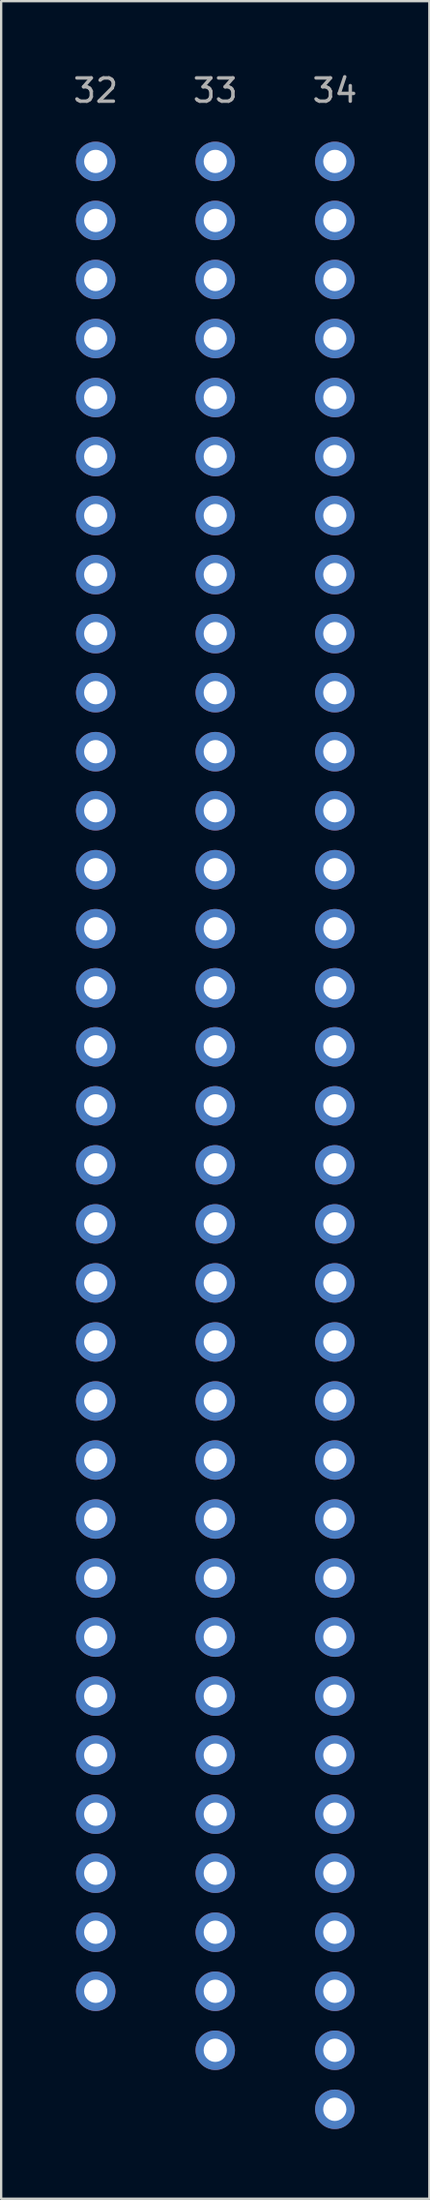
<source format=kicad_pcb>
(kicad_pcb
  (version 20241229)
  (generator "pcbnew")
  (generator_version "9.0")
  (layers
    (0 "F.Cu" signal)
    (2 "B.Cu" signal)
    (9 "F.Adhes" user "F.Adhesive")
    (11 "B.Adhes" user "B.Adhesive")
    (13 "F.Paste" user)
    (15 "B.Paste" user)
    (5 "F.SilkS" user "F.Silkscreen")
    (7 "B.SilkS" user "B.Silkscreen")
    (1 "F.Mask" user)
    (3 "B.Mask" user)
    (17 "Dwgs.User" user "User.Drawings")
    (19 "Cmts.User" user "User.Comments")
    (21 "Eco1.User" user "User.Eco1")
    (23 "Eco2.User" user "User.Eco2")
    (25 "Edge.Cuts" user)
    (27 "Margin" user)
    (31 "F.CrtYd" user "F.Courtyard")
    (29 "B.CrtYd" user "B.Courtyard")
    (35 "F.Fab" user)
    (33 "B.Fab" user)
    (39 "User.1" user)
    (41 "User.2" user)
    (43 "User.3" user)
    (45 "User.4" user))
  (footprint "34"
    (layer "F.Cu")
    (at 11.387 3.896)
    (property "Reference" "34" (at 0 -3.048 0) (layer "F.Fab") (effects (font (size 1 1) (thickness 0.15))))
    (attr through_hole)
    (pad "1" thru_hole oval (at 0 0) (size 1.7 1.7) (drill 1) (layers "*.Cu" "*.Mask"))
    (pad "2" thru_hole oval (at 0 2.54) (size 1.7 1.7) (drill 1) (layers "*.Cu" "*.Mask"))
    (pad "3" thru_hole oval (at 0 5.08) (size 1.7 1.7) (drill 1) (layers "*.Cu" "*.Mask"))
    (pad "4" thru_hole oval (at 0 7.62) (size 1.7 1.7) (drill 1) (layers "*.Cu" "*.Mask"))
    (pad "5" thru_hole oval (at 0 10.16) (size 1.7 1.7) (drill 1) (layers "*.Cu" "*.Mask"))
    (pad "6" thru_hole oval (at 0 12.7) (size 1.7 1.7) (drill 1) (layers "*.Cu" "*.Mask"))
    (pad "7" thru_hole oval (at 0 15.24) (size 1.7 1.7) (drill 1) (layers "*.Cu" "*.Mask"))
    (pad "8" thru_hole oval (at 0 17.78) (size 1.7 1.7) (drill 1) (layers "*.Cu" "*.Mask"))
    (pad "9" thru_hole oval (at 0 20.32) (size 1.7 1.7) (drill 1) (layers "*.Cu" "*.Mask"))
    (pad "10" thru_hole oval (at 0 22.86) (size 1.7 1.7) (drill 1) (layers "*.Cu" "*.Mask"))
    (pad "11" thru_hole oval (at 0 25.4) (size 1.7 1.7) (drill 1) (layers "*.Cu" "*.Mask"))
    (pad "12" thru_hole oval (at 0 27.94) (size 1.7 1.7) (drill 1) (layers "*.Cu" "*.Mask"))
    (pad "13" thru_hole oval (at 0 30.48) (size 1.7 1.7) (drill 1) (layers "*.Cu" "*.Mask"))
    (pad "14" thru_hole oval (at 0 33.02) (size 1.7 1.7) (drill 1) (layers "*.Cu" "*.Mask"))
    (pad "15" thru_hole oval (at 0 35.56) (size 1.7 1.7) (drill 1) (layers "*.Cu" "*.Mask"))
    (pad "16" thru_hole oval (at 0 38.1) (size 1.7 1.7) (drill 1) (layers "*.Cu" "*.Mask"))
    (pad "17" thru_hole oval (at 0 40.64) (size 1.7 1.7) (drill 1) (layers "*.Cu" "*.Mask"))
    (pad "18" thru_hole oval (at 0 43.18) (size 1.7 1.7) (drill 1) (layers "*.Cu" "*.Mask"))
    (pad "19" thru_hole oval (at 0 45.72) (size 1.7 1.7) (drill 1) (layers "*.Cu" "*.Mask"))
    (pad "20" thru_hole oval (at 0 48.26) (size 1.7 1.7) (drill 1) (layers "*.Cu" "*.Mask"))
    (pad "21" thru_hole oval (at 0 50.8) (size 1.7 1.7) (drill 1) (layers "*.Cu" "*.Mask"))
    (pad "22" thru_hole oval (at 0 53.34) (size 1.7 1.7) (drill 1) (layers "*.Cu" "*.Mask"))
    (pad "23" thru_hole oval (at 0 55.88) (size 1.7 1.7) (drill 1) (layers "*.Cu" "*.Mask"))
    (pad "24" thru_hole oval (at 0 58.42) (size 1.7 1.7) (drill 1) (layers "*.Cu" "*.Mask"))
    (pad "25" thru_hole oval (at 0 60.96) (size 1.7 1.7) (drill 1) (layers "*.Cu" "*.Mask"))
    (pad "26" thru_hole oval (at 0 63.5) (size 1.7 1.7) (drill 1) (layers "*.Cu" "*.Mask"))
    (pad "27" thru_hole oval (at 0 66.04) (size 1.7 1.7) (drill 1) (layers "*.Cu" "*.Mask"))
    (pad "28" thru_hole oval (at 0 68.58) (size 1.7 1.7) (drill 1) (layers "*.Cu" "*.Mask"))
    (pad "29" thru_hole oval (at 0 71.12) (size 1.7 1.7) (drill 1) (layers "*.Cu" "*.Mask"))
    (pad "30" thru_hole oval (at 0 73.66) (size 1.7 1.7) (drill 1) (layers "*.Cu" "*.Mask"))
    (pad "31" thru_hole oval (at 0 76.2) (size 1.7 1.7) (drill 1) (layers "*.Cu" "*.Mask"))
    (pad "32" thru_hole oval (at 0 78.74) (size 1.7 1.7) (drill 1) (layers "*.Cu" "*.Mask"))
    (pad "33" thru_hole oval (at 0 81.28) (size 1.7 1.7) (drill 1) (layers "*.Cu" "*.Mask"))
    (pad "34" thru_hole oval (at 0 83.82) (size 1.7 1.7) (drill 1) (layers "*.Cu" "*.Mask")))
  (footprint "33"
    (layer "F.Cu")
    (at 6.232 3.896)
    (property "Reference" "33" (at 0 -3.048 0) (layer "F.Fab") (effects (font (size 1 1) (thickness 0.15))))
    (attr through_hole)
    (pad "1" thru_hole oval (at 0 0) (size 1.7 1.7) (drill 1) (layers "*.Cu" "*.Mask"))
    (pad "2" thru_hole oval (at 0 2.54) (size 1.7 1.7) (drill 1) (layers "*.Cu" "*.Mask"))
    (pad "3" thru_hole oval (at 0 5.08) (size 1.7 1.7) (drill 1) (layers "*.Cu" "*.Mask"))
    (pad "4" thru_hole oval (at 0 7.62) (size 1.7 1.7) (drill 1) (layers "*.Cu" "*.Mask"))
    (pad "5" thru_hole oval (at 0 10.16) (size 1.7 1.7) (drill 1) (layers "*.Cu" "*.Mask"))
    (pad "6" thru_hole oval (at 0 12.7) (size 1.7 1.7) (drill 1) (layers "*.Cu" "*.Mask"))
    (pad "7" thru_hole oval (at 0 15.24) (size 1.7 1.7) (drill 1) (layers "*.Cu" "*.Mask"))
    (pad "8" thru_hole oval (at 0 17.78) (size 1.7 1.7) (drill 1) (layers "*.Cu" "*.Mask"))
    (pad "9" thru_hole oval (at 0 20.32) (size 1.7 1.7) (drill 1) (layers "*.Cu" "*.Mask"))
    (pad "10" thru_hole oval (at 0 22.86) (size 1.7 1.7) (drill 1) (layers "*.Cu" "*.Mask"))
    (pad "11" thru_hole oval (at 0 25.4) (size 1.7 1.7) (drill 1) (layers "*.Cu" "*.Mask"))
    (pad "12" thru_hole oval (at 0 27.94) (size 1.7 1.7) (drill 1) (layers "*.Cu" "*.Mask"))
    (pad "13" thru_hole oval (at 0 30.48) (size 1.7 1.7) (drill 1) (layers "*.Cu" "*.Mask"))
    (pad "14" thru_hole oval (at 0 33.02) (size 1.7 1.7) (drill 1) (layers "*.Cu" "*.Mask"))
    (pad "15" thru_hole oval (at 0 35.56) (size 1.7 1.7) (drill 1) (layers "*.Cu" "*.Mask"))
    (pad "16" thru_hole oval (at 0 38.1) (size 1.7 1.7) (drill 1) (layers "*.Cu" "*.Mask"))
    (pad "17" thru_hole oval (at 0 40.64) (size 1.7 1.7) (drill 1) (layers "*.Cu" "*.Mask"))
    (pad "18" thru_hole oval (at 0 43.18) (size 1.7 1.7) (drill 1) (layers "*.Cu" "*.Mask"))
    (pad "19" thru_hole oval (at 0 45.72) (size 1.7 1.7) (drill 1) (layers "*.Cu" "*.Mask"))
    (pad "20" thru_hole oval (at 0 48.26) (size 1.7 1.7) (drill 1) (layers "*.Cu" "*.Mask"))
    (pad "21" thru_hole oval (at 0 50.8) (size 1.7 1.7) (drill 1) (layers "*.Cu" "*.Mask"))
    (pad "22" thru_hole oval (at 0 53.34) (size 1.7 1.7) (drill 1) (layers "*.Cu" "*.Mask"))
    (pad "23" thru_hole oval (at 0 55.88) (size 1.7 1.7) (drill 1) (layers "*.Cu" "*.Mask"))
    (pad "24" thru_hole oval (at 0 58.42) (size 1.7 1.7) (drill 1) (layers "*.Cu" "*.Mask"))
    (pad "25" thru_hole oval (at 0 60.96) (size 1.7 1.7) (drill 1) (layers "*.Cu" "*.Mask"))
    (pad "26" thru_hole oval (at 0 63.5) (size 1.7 1.7) (drill 1) (layers "*.Cu" "*.Mask"))
    (pad "27" thru_hole oval (at 0 66.04) (size 1.7 1.7) (drill 1) (layers "*.Cu" "*.Mask"))
    (pad "28" thru_hole oval (at 0 68.58) (size 1.7 1.7) (drill 1) (layers "*.Cu" "*.Mask"))
    (pad "29" thru_hole oval (at 0 71.12) (size 1.7 1.7) (drill 1) (layers "*.Cu" "*.Mask"))
    (pad "30" thru_hole oval (at 0 73.66) (size 1.7 1.7) (drill 1) (layers "*.Cu" "*.Mask"))
    (pad "31" thru_hole oval (at 0 76.2) (size 1.7 1.7) (drill 1) (layers "*.Cu" "*.Mask"))
    (pad "32" thru_hole oval (at 0 78.74) (size 1.7 1.7) (drill 1) (layers "*.Cu" "*.Mask"))
    (pad "33" thru_hole oval (at 0 81.28) (size 1.7 1.7) (drill 1) (layers "*.Cu" "*.Mask")))
  (footprint "32"
    (layer "F.Cu")
    (at 1.077 3.896)
    (property "Reference" "32" (at 0 -3.048 0) (layer "F.Fab") (effects (font (size 1 1) (thickness 0.15))))
    (attr through_hole)
    (pad "1" thru_hole oval (at 0 0) (size 1.7 1.7) (drill 1) (layers "*.Cu" "*.Mask"))
    (pad "2" thru_hole oval (at 0 2.54) (size 1.7 1.7) (drill 1) (layers "*.Cu" "*.Mask"))
    (pad "3" thru_hole oval (at 0 5.08) (size 1.7 1.7) (drill 1) (layers "*.Cu" "*.Mask"))
    (pad "4" thru_hole oval (at 0 7.62) (size 1.7 1.7) (drill 1) (layers "*.Cu" "*.Mask"))
    (pad "5" thru_hole oval (at 0 10.16) (size 1.7 1.7) (drill 1) (layers "*.Cu" "*.Mask"))
    (pad "6" thru_hole oval (at 0 12.7) (size 1.7 1.7) (drill 1) (layers "*.Cu" "*.Mask"))
    (pad "7" thru_hole oval (at 0 15.24) (size 1.7 1.7) (drill 1) (layers "*.Cu" "*.Mask"))
    (pad "8" thru_hole oval (at 0 17.78) (size 1.7 1.7) (drill 1) (layers "*.Cu" "*.Mask"))
    (pad "9" thru_hole oval (at 0 20.32) (size 1.7 1.7) (drill 1) (layers "*.Cu" "*.Mask"))
    (pad "10" thru_hole oval (at 0 22.86) (size 1.7 1.7) (drill 1) (layers "*.Cu" "*.Mask"))
    (pad "11" thru_hole oval (at 0 25.4) (size 1.7 1.7) (drill 1) (layers "*.Cu" "*.Mask"))
    (pad "12" thru_hole oval (at 0 27.94) (size 1.7 1.7) (drill 1) (layers "*.Cu" "*.Mask"))
    (pad "13" thru_hole oval (at 0 30.48) (size 1.7 1.7) (drill 1) (layers "*.Cu" "*.Mask"))
    (pad "14" thru_hole oval (at 0 33.02) (size 1.7 1.7) (drill 1) (layers "*.Cu" "*.Mask"))
    (pad "15" thru_hole oval (at 0 35.56) (size 1.7 1.7) (drill 1) (layers "*.Cu" "*.Mask"))
    (pad "16" thru_hole oval (at 0 38.1) (size 1.7 1.7) (drill 1) (layers "*.Cu" "*.Mask"))
    (pad "17" thru_hole oval (at 0 40.64) (size 1.7 1.7) (drill 1) (layers "*.Cu" "*.Mask"))
    (pad "18" thru_hole oval (at 0 43.18) (size 1.7 1.7) (drill 1) (layers "*.Cu" "*.Mask"))
    (pad "19" thru_hole oval (at 0 45.72) (size 1.7 1.7) (drill 1) (layers "*.Cu" "*.Mask"))
    (pad "20" thru_hole oval (at 0 48.26) (size 1.7 1.7) (drill 1) (layers "*.Cu" "*.Mask"))
    (pad "21" thru_hole oval (at 0 50.8) (size 1.7 1.7) (drill 1) (layers "*.Cu" "*.Mask"))
    (pad "22" thru_hole oval (at 0 53.34) (size 1.7 1.7) (drill 1) (layers "*.Cu" "*.Mask"))
    (pad "23" thru_hole oval (at 0 55.88) (size 1.7 1.7) (drill 1) (layers "*.Cu" "*.Mask"))
    (pad "24" thru_hole oval (at 0 58.42) (size 1.7 1.7) (drill 1) (layers "*.Cu" "*.Mask"))
    (pad "25" thru_hole oval (at 0 60.96) (size 1.7 1.7) (drill 1) (layers "*.Cu" "*.Mask"))
    (pad "26" thru_hole oval (at 0 63.5) (size 1.7 1.7) (drill 1) (layers "*.Cu" "*.Mask"))
    (pad "27" thru_hole oval (at 0 66.04) (size 1.7 1.7) (drill 1) (layers "*.Cu" "*.Mask"))
    (pad "28" thru_hole oval (at 0 68.58) (size 1.7 1.7) (drill 1) (layers "*.Cu" "*.Mask"))
    (pad "29" thru_hole oval (at 0 71.12) (size 1.7 1.7) (drill 1) (layers "*.Cu" "*.Mask"))
    (pad "30" thru_hole oval (at 0 73.66) (size 1.7 1.7) (drill 1) (layers "*.Cu" "*.Mask"))
    (pad "31" thru_hole oval (at 0 76.2) (size 1.7 1.7) (drill 1) (layers "*.Cu" "*.Mask"))
    (pad "32" thru_hole oval (at 0 78.74) (size 1.7 1.7) (drill 1) (layers "*.Cu" "*.Mask")))
  (gr_rect
    (start -3 -3)
    (end 15.464 91.566)
    (stroke (width 0.1) (type default))
    (fill no)
    (layer "Edge.Cuts")))
</source>
